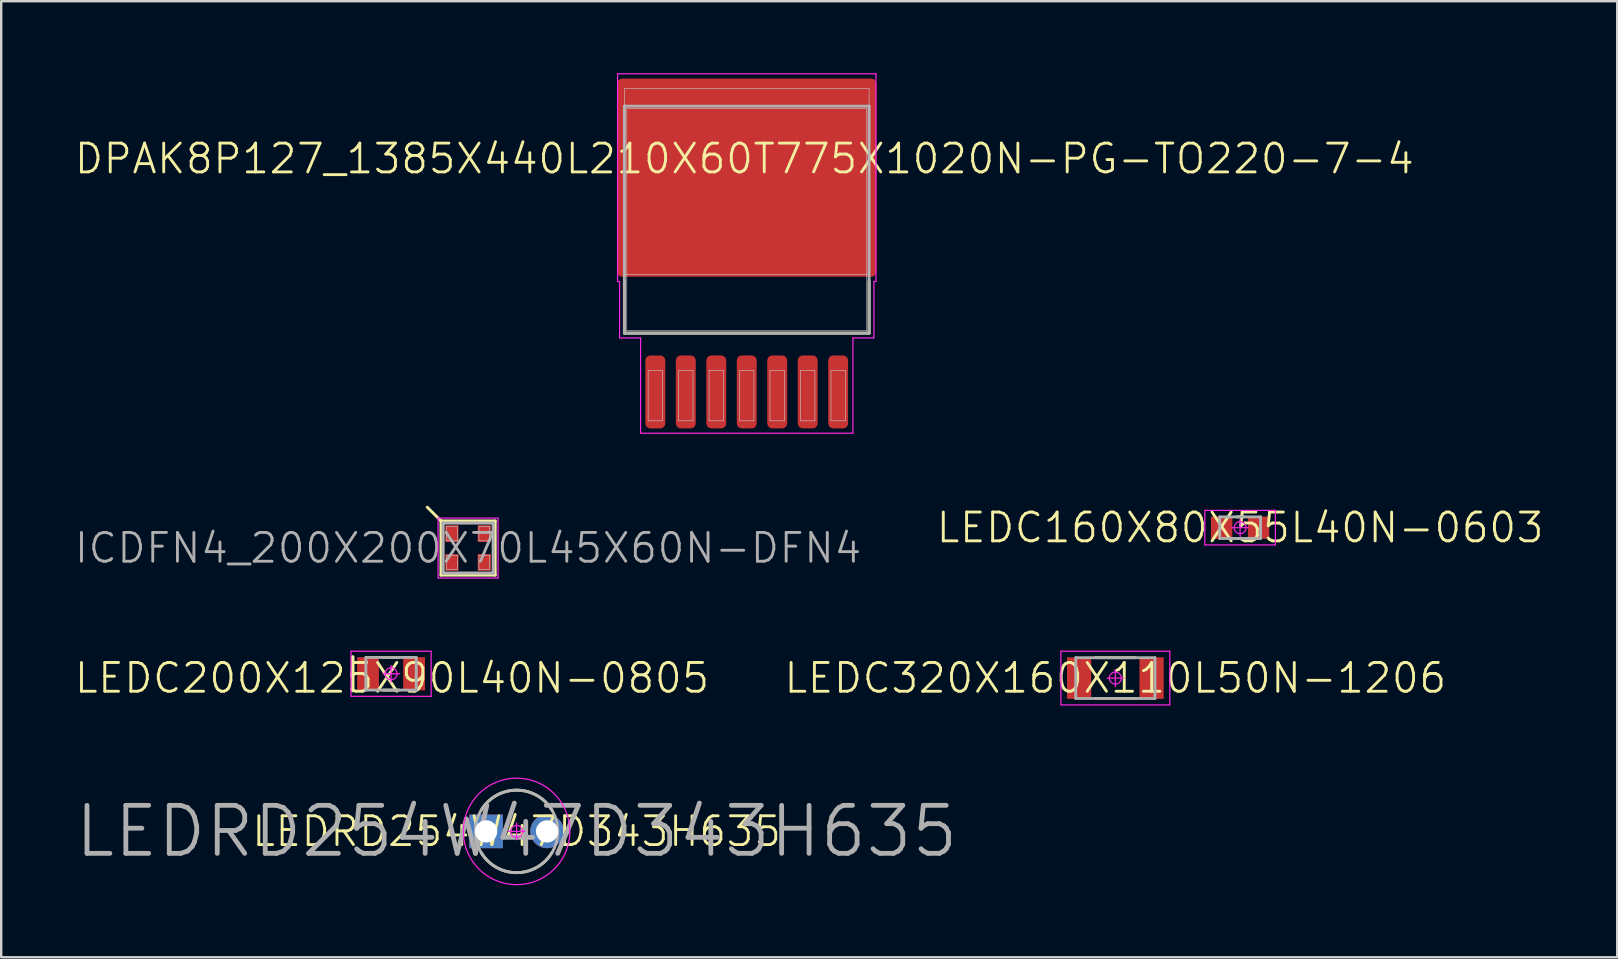
<source format=kicad_pcb>
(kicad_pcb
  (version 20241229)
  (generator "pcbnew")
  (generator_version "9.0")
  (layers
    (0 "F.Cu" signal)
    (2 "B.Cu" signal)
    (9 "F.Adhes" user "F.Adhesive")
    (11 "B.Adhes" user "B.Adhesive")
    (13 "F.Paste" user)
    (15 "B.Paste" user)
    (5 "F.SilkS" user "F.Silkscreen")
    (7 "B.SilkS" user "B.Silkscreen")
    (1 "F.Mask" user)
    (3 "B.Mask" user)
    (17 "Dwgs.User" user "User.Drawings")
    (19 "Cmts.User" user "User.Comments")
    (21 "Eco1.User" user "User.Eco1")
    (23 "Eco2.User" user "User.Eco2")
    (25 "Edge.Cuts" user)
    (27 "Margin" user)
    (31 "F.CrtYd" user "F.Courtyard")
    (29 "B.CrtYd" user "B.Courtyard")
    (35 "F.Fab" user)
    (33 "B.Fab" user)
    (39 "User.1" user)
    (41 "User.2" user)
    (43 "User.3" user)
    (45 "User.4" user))
  (footprint "LEDRD254W47D343H635"
    (layer "F.Cu")
    (at 18.481 31.602)
    (property "Reference" "LEDRD254W47D343H635" (at 0 0 0) (layer "F.SilkS") (effects (font (size 1.2 1.2) (thickness 0.12))))
    (attr through_hole)
    (fp_arc (start -1.474345 -0.885825) (mid -0.000044 -1.719994) (end 1.4743 -0.8859) (stroke (width 0.12) (type solid)) (layer "F.SilkS"))
    (fp_arc (start 1.474345 0.885825) (mid 0.000044 1.719994) (end -1.4743 0.8859) (stroke (width 0.12) (type solid)) (layer "F.SilkS"))
    (fp_line (start -1.545 -0.275) (end -0.995 -0.275) (stroke (width 0.025) (type solid)) (layer "Dwgs.User"))
    (fp_line (start -1.545 0.275) (end -1.545 -0.275) (stroke (width 0.025) (type solid)) (layer "Dwgs.User"))
    (fp_line (start -0.995 -0.275) (end -0.995 0.275) (stroke (width 0.025) (type solid)) (layer "Dwgs.User"))
    (fp_line (start -0.995 0.275) (end -1.545 0.275) (stroke (width 0.025) (type solid)) (layer "Dwgs.User"))
    (fp_line (start 0.995 -0.275) (end 1.545 -0.275) (stroke (width 0.025) (type solid)) (layer "Dwgs.User"))
    (fp_line (start 0.995 0.275) (end 0.995 -0.275) (stroke (width 0.025) (type solid)) (layer "Dwgs.User"))
    (fp_line (start 1.545 -0.275) (end 1.545 0.275) (stroke (width 0.025) (type solid)) (layer "Dwgs.User"))
    (fp_line (start 1.545 0.275) (end 0.995 0.275) (stroke (width 0.025) (type solid)) (layer "Dwgs.User"))
    (fp_circle (center 0 0) (end 0 1.715) (stroke (width 0.025) (type solid)) (fill no) (layer "Dwgs.User"))
    (fp_line (start 0 -0.35) (end 0 0.35) (stroke (width 0.05) (type solid)) (layer "F.CrtYd"))
    (fp_line (start 0.35 0) (end -0.35 0) (stroke (width 0.05) (type solid)) (layer "F.CrtYd"))
    (fp_circle (center 0 0) (end 0 0.25) (stroke (width 0.05) (type solid)) (fill no) (layer "F.CrtYd"))
    (fp_circle (center 0 0) (end 0 2.22) (stroke (width 0.05) (type solid)) (fill no) (layer "F.CrtYd"))
    (fp_circle (center 0 0) (end 0 1.72) (stroke (width 0.12) (type solid)) (fill no) (layer "F.Fab"))
    (fp_text user "${REFERENCE}" (at 0 0 0) (layer "F.Fab") (effects (font (size 2 2) (thickness 0.2))))
    (pad "A" thru_hole circle (at 1.27 0) (size 1.4 1.4) (drill 0.93) (layers "*.Cu" "*.Mask"))
    (pad "C" thru_hole rect (at -1.27 0) (size 1.4 1.4) (drill 0.93) (layers "*.Cu" "*.Mask")))
  (footprint "DPAK8P127_1385X440L210X60T775X1020N-PG-TO220-7-4"
    (layer "F.Cu")
    (at 28.074 7.565)
    (property "Reference" "DPAK8P127_1385X440L210X60T775X1020N-PG-TO220-7-4" (at -0.1 -4 0) (layer "F.SilkS") (effects (font (size 1.2 1.2) (thickness 0.12))))
    (attr smd)
    (fp_line (start -5.1 3.27) (end -5.1 1.1) (stroke (width 0.12) (type solid)) (layer "F.SilkS"))
    (fp_line (start 5.1 1.1) (end 5.1 3.27) (stroke (width 0.12) (type solid)) (layer "F.SilkS"))
    (fp_line (start 5.1 3.27) (end -5.1 3.27) (stroke (width 0.12) (type solid)) (layer "F.SilkS"))
    (fp_line (start -5.1 -6.925) (end 5.1 -6.925) (stroke (width 0.025) (type solid)) (layer "Dwgs.User"))
    (fp_line (start -5.1 0.825) (end -5.1 -6.925) (stroke (width 0.025) (type solid)) (layer "Dwgs.User"))
    (fp_line (start -5 -6.085) (end 5 -6.085) (stroke (width 0.025) (type solid)) (layer "Dwgs.User"))
    (fp_line (start -5 3.165) (end -5 -6.085) (stroke (width 0.025) (type solid)) (layer "Dwgs.User"))
    (fp_line (start -4.11 4.825) (end -3.51 4.825) (stroke (width 0.025) (type solid)) (layer "Dwgs.User"))
    (fp_line (start -4.11 6.925) (end -4.11 4.825) (stroke (width 0.025) (type solid)) (layer "Dwgs.User"))
    (fp_line (start -3.51 4.825) (end -3.51 6.925) (stroke (width 0.025) (type solid)) (layer "Dwgs.User"))
    (fp_line (start -3.51 6.925) (end -4.11 6.925) (stroke (width 0.025) (type solid)) (layer "Dwgs.User"))
    (fp_line (start -2.84 4.825) (end -2.24 4.825) (stroke (width 0.025) (type solid)) (layer "Dwgs.User"))
    (fp_line (start -2.84 6.925) (end -2.84 4.825) (stroke (width 0.025) (type solid)) (layer "Dwgs.User"))
    (fp_line (start -2.24 4.825) (end -2.24 6.925) (stroke (width 0.025) (type solid)) (layer "Dwgs.User"))
    (fp_line (start -2.24 6.925) (end -2.84 6.925) (stroke (width 0.025) (type solid)) (layer "Dwgs.User"))
    (fp_line (start -1.57 4.825) (end -0.97 4.825) (stroke (width 0.025) (type solid)) (layer "Dwgs.User"))
    (fp_line (start -1.57 6.925) (end -1.57 4.825) (stroke (width 0.025) (type solid)) (layer "Dwgs.User"))
    (fp_line (start -0.97 4.825) (end -0.97 6.925) (stroke (width 0.025) (type solid)) (layer "Dwgs.User"))
    (fp_line (start -0.97 6.925) (end -1.57 6.925) (stroke (width 0.025) (type solid)) (layer "Dwgs.User"))
    (fp_line (start -0.3 4.825) (end 0.3 4.825) (stroke (width 0.025) (type solid)) (layer "Dwgs.User"))
    (fp_line (start -0.3 6.925) (end -0.3 4.825) (stroke (width 0.025) (type solid)) (layer "Dwgs.User"))
    (fp_line (start 0.3 4.825) (end 0.3 6.925) (stroke (width 0.025) (type solid)) (layer "Dwgs.User"))
    (fp_line (start 0.3 6.925) (end -0.3 6.925) (stroke (width 0.025) (type solid)) (layer "Dwgs.User"))
    (fp_line (start 0.97 4.825) (end 1.57 4.825) (stroke (width 0.025) (type solid)) (layer "Dwgs.User"))
    (fp_line (start 0.97 6.925) (end 0.97 4.825) (stroke (width 0.025) (type solid)) (layer "Dwgs.User"))
    (fp_line (start 1.57 4.825) (end 1.57 6.925) (stroke (width 0.025) (type solid)) (layer "Dwgs.User"))
    (fp_line (start 1.57 6.925) (end 0.97 6.925) (stroke (width 0.025) (type solid)) (layer "Dwgs.User"))
    (fp_line (start 2.24 4.825) (end 2.84 4.825) (stroke (width 0.025) (type solid)) (layer "Dwgs.User"))
    (fp_line (start 2.24 6.925) (end 2.24 4.825) (stroke (width 0.025) (type solid)) (layer "Dwgs.User"))
    (fp_line (start 2.84 4.825) (end 2.84 6.925) (stroke (width 0.025) (type solid)) (layer "Dwgs.User"))
    (fp_line (start 2.84 6.925) (end 2.24 6.925) (stroke (width 0.025) (type solid)) (layer "Dwgs.User"))
    (fp_line (start 3.51 4.825) (end 4.11 4.825) (stroke (width 0.025) (type solid)) (layer "Dwgs.User"))
    (fp_line (start 3.51 6.925) (end 3.51 4.825) (stroke (width 0.025) (type solid)) (layer "Dwgs.User"))
    (fp_line (start 4.11 4.825) (end 4.11 6.925) (stroke (width 0.025) (type solid)) (layer "Dwgs.User"))
    (fp_line (start 4.11 6.925) (end 3.51 6.925) (stroke (width 0.025) (type solid)) (layer "Dwgs.User"))
    (fp_line (start 5 -6.085) (end 5 3.165) (stroke (width 0.025) (type solid)) (layer "Dwgs.User"))
    (fp_line (start 5 3.165) (end -5 3.165) (stroke (width 0.025) (type solid)) (layer "Dwgs.User"))
    (fp_line (start 5.1 -6.925) (end 5.1 0.825) (stroke (width 0.025) (type solid)) (layer "Dwgs.User"))
    (fp_line (start 5.1 0.825) (end -5.1 0.825) (stroke (width 0.025) (type solid)) (layer "Dwgs.User"))
    (fp_line (start -5.385 -7.54) (end -5.385 1.12) (stroke (width 0.05) (type solid)) (layer "F.CrtYd"))
    (fp_line (start -5.385 1.12) (end -5.3 1.12) (stroke (width 0.05) (type solid)) (layer "F.CrtYd"))
    (fp_line (start -5.3 1.12) (end -5.3 3.47) (stroke (width 0.05) (type solid)) (layer "F.CrtYd"))
    (fp_line (start -5.3 3.47) (end -4.425 3.47) (stroke (width 0.05) (type solid)) (layer "F.CrtYd"))
    (fp_line (start -4.425 3.47) (end -4.425 7.44) (stroke (width 0.05) (type solid)) (layer "F.CrtYd"))
    (fp_line (start -4.425 7.44) (end 4.425 7.44) (stroke (width 0.05) (type solid)) (layer "F.CrtYd"))
    (fp_line (start 4.425 3.47) (end 5.3 3.47) (stroke (width 0.05) (type solid)) (layer "F.CrtYd"))
    (fp_line (start 4.425 7.44) (end 4.425 3.47) (stroke (width 0.05) (type solid)) (layer "F.CrtYd"))
    (fp_line (start 5.3 1.12) (end 5.385 1.12) (stroke (width 0.05) (type solid)) (layer "F.CrtYd"))
    (fp_line (start 5.3 3.47) (end 5.3 1.12) (stroke (width 0.05) (type solid)) (layer "F.CrtYd"))
    (fp_line (start 5.385 -7.54) (end -5.385 -7.54) (stroke (width 0.05) (type solid)) (layer "F.CrtYd"))
    (fp_line (start 5.385 1.12) (end 5.385 -7.54) (stroke (width 0.05) (type solid)) (layer "F.CrtYd"))
    (fp_line (start -5.1 -6.19) (end 5.1 -6.19) (stroke (width 0.12) (type solid)) (layer "F.Fab"))
    (fp_line (start -5.1 3.27) (end -5.1 -6.19) (stroke (width 0.12) (type solid)) (layer "F.Fab"))
    (fp_line (start 5.1 -6.19) (end 5.1 3.27) (stroke (width 0.12) (type solid)) (layer "F.Fab"))
    (fp_line (start 5.1 3.27) (end -5.1 3.27) (stroke (width 0.12) (type solid)) (layer "F.Fab"))
    (pad "" smd roundrect (at -4.325 -6.315 90) (size 1.46 1.33) (layers "F.Paste") (roundrect_rratio 0.25))
    (pad "" smd roundrect (at -4.325 -4.245 90) (size 1.46 1.33) (layers "F.Paste") (roundrect_rratio 0.25))
    (pad "" smd roundrect (at -4.325 -2.175 90) (size 1.46 1.33) (layers "F.Paste") (roundrect_rratio 0.25))
    (pad "" smd roundrect (at -4.325 -0.105 90) (size 1.46 1.33) (layers "F.Paste") (roundrect_rratio 0.25))
    (pad "" smd roundrect (at -2.595 -6.315 90) (size 1.46 1.33) (layers "F.Paste") (roundrect_rratio 0.25))
    (pad "" smd roundrect (at -2.595 -4.245 90) (size 1.46 1.33) (layers "F.Paste") (roundrect_rratio 0.25))
    (pad "" smd roundrect (at -2.595 -2.175 90) (size 1.46 1.33) (layers "F.Paste") (roundrect_rratio 0.25))
    (pad "" smd roundrect (at -2.595 -0.105 90) (size 1.46 1.33) (layers "F.Paste") (roundrect_rratio 0.25))
    (pad "" smd roundrect (at -0.865 -6.315 90) (size 1.46 1.33) (layers "F.Paste") (roundrect_rratio 0.25))
    (pad "" smd roundrect (at -0.865 -4.245 90) (size 1.46 1.33) (layers "F.Paste") (roundrect_rratio 0.25))
    (pad "" smd roundrect (at -0.865 -2.175 90) (size 1.46 1.33) (layers "F.Paste") (roundrect_rratio 0.25))
    (pad "" smd roundrect (at -0.865 -0.105 90) (size 1.46 1.33) (layers "F.Paste") (roundrect_rratio 0.25))
    (pad "" smd roundrect (at 0.865 -6.315 90) (size 1.46 1.33) (layers "F.Paste") (roundrect_rratio 0.25))
    (pad "" smd roundrect (at 0.865 -4.245 90) (size 1.46 1.33) (layers "F.Paste") (roundrect_rratio 0.25))
    (pad "" smd roundrect (at 0.865 -2.175 90) (size 1.46 1.33) (layers "F.Paste") (roundrect_rratio 0.25))
    (pad "" smd roundrect (at 0.865 -0.105 90) (size 1.46 1.33) (layers "F.Paste") (roundrect_rratio 0.25))
    (pad "" smd roundrect (at 2.595 -6.315 90) (size 1.46 1.33) (layers "F.Paste") (roundrect_rratio 0.25))
    (pad "" smd roundrect (at 2.595 -4.245 90) (size 1.46 1.33) (layers "F.Paste") (roundrect_rratio 0.25))
    (pad "" smd roundrect (at 2.595 -2.175 90) (size 1.46 1.33) (layers "F.Paste") (roundrect_rratio 0.25))
    (pad "" smd roundrect (at 2.595 -0.105 90) (size 1.46 1.33) (layers "F.Paste") (roundrect_rratio 0.25))
    (pad "" smd roundrect (at 4.325 -6.315 90) (size 1.46 1.33) (layers "F.Paste") (roundrect_rratio 0.25))
    (pad "" smd roundrect (at 4.325 -4.245 90) (size 1.46 1.33) (layers "F.Paste") (roundrect_rratio 0.25))
    (pad "" smd roundrect (at 4.325 -2.175 90) (size 1.46 1.33) (layers "F.Paste") (roundrect_rratio 0.25))
    (pad "" smd roundrect (at 4.325 -0.105 90) (size 1.46 1.33) (layers "F.Paste") (roundrect_rratio 0.25))
    (pad "1" smd roundrect (at -3.81 5.72 90) (size 3.04 0.83) (layers "F.Cu" "F.Mask" "F.Paste") (roundrect_rratio 0.253))
    (pad "2" smd roundrect (at -2.54 5.72 90) (size 3.04 0.83) (layers "F.Cu" "F.Mask" "F.Paste") (roundrect_rratio 0.253))
    (pad "3" smd roundrect (at -1.27 5.72 90) (size 3.04 0.83) (layers "F.Cu" "F.Mask" "F.Paste") (roundrect_rratio 0.253))
    (pad "4" smd roundrect (at 0 5.72 90) (size 3.04 0.83) (layers "F.Cu" "F.Mask" "F.Paste") (roundrect_rratio 0.253))
    (pad "5" smd roundrect (at 1.27 5.72 90) (size 3.04 0.83) (layers "F.Cu" "F.Mask" "F.Paste") (roundrect_rratio 0.253))
    (pad "6" smd roundrect (at 2.54 5.72 90) (size 3.04 0.83) (layers "F.Cu" "F.Mask" "F.Paste") (roundrect_rratio 0.253))
    (pad "7" smd roundrect (at 3.81 5.72 90) (size 3.04 0.83) (layers "F.Cu" "F.Mask" "F.Paste") (roundrect_rratio 0.253))
    (pad "8" smd roundrect (at 0 -3.21 90) (size 8.26 10.8) (layers "F.Cu" "F.Mask") (roundrect_rratio 0.025)))
  (footprint "LEDC160X80X55L40N-0603"
    (layer "F.Cu")
    (at 48.637 18.943)
    (property "Reference" "LEDC160X80X55L40N-0603" (at 0 0 0) (layer "F.SilkS") (effects (font (size 1.2 1.2) (thickness 0.12))))
    (attr smd)
    (fp_line (start -0.146 -0.45) (end 0.146 -0.45) (stroke (width 0.12) (type solid)) (layer "F.SilkS"))
    (fp_line (start -0.146 0.45) (end 0.146 0.45) (stroke (width 0.12) (type solid)) (layer "F.SilkS"))
    (fp_line (start -1.47 -0.72) (end 1.47 -0.72) (stroke (width 0.05) (type solid)) (layer "F.CrtYd"))
    (fp_line (start -1.47 0.72) (end -1.47 -0.72) (stroke (width 0.05) (type solid)) (layer "F.CrtYd"))
    (fp_line (start 0 -0.35) (end 0 0.35) (stroke (width 0.05) (type solid)) (layer "F.CrtYd"))
    (fp_line (start 0.35 0) (end -0.35 0) (stroke (width 0.05) (type solid)) (layer "F.CrtYd"))
    (fp_line (start 1.47 -0.72) (end 1.47 0.72) (stroke (width 0.05) (type solid)) (layer "F.CrtYd"))
    (fp_line (start 1.47 0.72) (end -1.47 0.72) (stroke (width 0.05) (type solid)) (layer "F.CrtYd"))
    (fp_circle (center 0 0) (end 0 0.25) (stroke (width 0.05) (type solid)) (fill no) (layer "F.CrtYd"))
    (fp_line (start -0.85 -0.45) (end 0.85 -0.45) (stroke (width 0.12) (type solid)) (layer "F.Fab"))
    (fp_line (start -0.85 0.45) (end -0.85 -0.45) (stroke (width 0.12) (type solid)) (layer "F.Fab"))
    (fp_line (start 0.85 -0.45) (end 0.85 0.45) (stroke (width 0.12) (type solid)) (layer "F.Fab"))
    (fp_line (start 0.85 0.45) (end -0.85 0.45) (stroke (width 0.12) (type solid)) (layer "F.Fab"))
    (pad "A" smd rect (at 0.77 0) (size 0.89 0.93) (layers "F.Cu" "F.Mask" "F.Paste"))
    (pad "C" smd rect (at -0.77 0) (size 0.89 0.93) (layers "F.Cu" "F.Mask" "F.Paste")))
  (footprint "LEDC200X125X90L40N-0805"
    (layer "F.Cu")
    (at 13.249 25.032)
    (property "Reference" "LEDC200X125X90L40N-0805" (at 0.04 0.18 0) (layer "F.SilkS") (effects (font (size 1.2 1.2) (thickness 0.12))))
    (attr smd)
    (fp_line (start -1.6 -0.7) (end -1.6 0.7) (stroke (width 0.15) (type solid)) (layer "F.SilkS"))
    (fp_line (start -0.329 -0.68) (end 0.329 -0.68) (stroke (width 0.12) (type solid)) (layer "F.SilkS"))
    (fp_line (start -0.329 0.68) (end 0.329 0.68) (stroke (width 0.12) (type solid)) (layer "F.SilkS"))
    (fp_line (start -1.67 -0.94) (end 1.67 -0.94) (stroke (width 0.05) (type solid)) (layer "F.CrtYd"))
    (fp_line (start -1.67 0.94) (end -1.67 -0.94) (stroke (width 0.05) (type solid)) (layer "F.CrtYd"))
    (fp_line (start 0 -0.35) (end 0 0.35) (stroke (width 0.05) (type solid)) (layer "F.CrtYd"))
    (fp_line (start 0.35 0) (end -0.35 0) (stroke (width 0.05) (type solid)) (layer "F.CrtYd"))
    (fp_line (start 1.67 -0.94) (end 1.67 0.94) (stroke (width 0.05) (type solid)) (layer "F.CrtYd"))
    (fp_line (start 1.67 0.94) (end -1.67 0.94) (stroke (width 0.05) (type solid)) (layer "F.CrtYd"))
    (fp_circle (center 0 0) (end 0 0.25) (stroke (width 0.05) (type solid)) (fill no) (layer "F.CrtYd"))
    (fp_line (start -1.05 -0.68) (end 1.05 -0.68) (stroke (width 0.12) (type solid)) (layer "F.Fab"))
    (fp_line (start -1.05 0.68) (end -1.05 -0.68) (stroke (width 0.12) (type solid)) (layer "F.Fab"))
    (fp_line (start 1.05 -0.68) (end 1.05 0.68) (stroke (width 0.12) (type solid)) (layer "F.Fab"))
    (fp_line (start 1.05 0.68) (end -1.05 0.68) (stroke (width 0.12) (type solid)) (layer "F.Fab"))
    (pad "1" smd rect (at -0.96 0) (size 0.91 1.38) (layers "F.Cu" "F.Mask" "F.Paste"))
    (pad "2" smd rect (at 0.96 0) (size 0.91 1.38) (layers "F.Cu" "F.Mask" "F.Paste")))
  (footprint "ICDFN4_200X200X70L45X60N-DFN4"
    (layer "F.Cu")
    (at 16.46 19.792)
    (property "Reference" "ICDFN4_200X200X70L45X60N-DFN4" (at 0 0 0) (layer "F.Fab") (effects (font (size 1.2 1.2) (thickness 0.12))))
    (attr smd)
    (fp_line (start -1.143 -1.143) (end -1.702 -1.702) (stroke (width 0.12) (type solid)) (layer "F.SilkS"))
    (fp_line (start -1.13 -1.13) (end 1.13 -1.13) (stroke (width 0.12) (type solid)) (layer "F.SilkS"))
    (fp_line (start -1.13 1.13) (end -1.13 -1.13) (stroke (width 0.12) (type solid)) (layer "F.SilkS"))
    (fp_line (start 1.13 -1.13) (end 1.13 1.13) (stroke (width 0.12) (type solid)) (layer "F.SilkS"))
    (fp_line (start 1.13 1.13) (end -1.13 1.13) (stroke (width 0.12) (type solid)) (layer "F.SilkS"))
    (fp_line (start -1 -1) (end 1 -1) (stroke (width 0.025) (type solid)) (layer "Dwgs.User"))
    (fp_line (start -1 1) (end -1 -1) (stroke (width 0.025) (type solid)) (layer "Dwgs.User"))
    (fp_line (start -0.9 -0.9) (end -0.45 -0.9) (stroke (width 0.025) (type solid)) (layer "Dwgs.User"))
    (fp_line (start -0.9 -0.3) (end -0.9 -0.9) (stroke (width 0.025) (type solid)) (layer "Dwgs.User"))
    (fp_line (start -0.9 0.3) (end -0.45 0.3) (stroke (width 0.025) (type solid)) (layer "Dwgs.User"))
    (fp_line (start -0.9 0.9) (end -0.9 0.3) (stroke (width 0.025) (type solid)) (layer "Dwgs.User"))
    (fp_line (start -0.45 -0.9) (end -0.45 -0.3) (stroke (width 0.025) (type solid)) (layer "Dwgs.User"))
    (fp_line (start -0.45 -0.3) (end -0.9 -0.3) (stroke (width 0.025) (type solid)) (layer "Dwgs.User"))
    (fp_line (start -0.45 0.3) (end -0.45 0.9) (stroke (width 0.025) (type solid)) (layer "Dwgs.User"))
    (fp_line (start -0.45 0.9) (end -0.9 0.9) (stroke (width 0.025) (type solid)) (layer "Dwgs.User"))
    (fp_line (start 0.45 -0.9) (end 0.9 -0.9) (stroke (width 0.025) (type solid)) (layer "Dwgs.User"))
    (fp_line (start 0.45 -0.3) (end 0.45 -0.9) (stroke (width 0.025) (type solid)) (layer "Dwgs.User"))
    (fp_line (start 0.45 0.3) (end 0.9 0.3) (stroke (width 0.025) (type solid)) (layer "Dwgs.User"))
    (fp_line (start 0.45 0.9) (end 0.45 0.3) (stroke (width 0.025) (type solid)) (layer "Dwgs.User"))
    (fp_line (start 0.9 -0.9) (end 0.9 -0.3) (stroke (width 0.025) (type solid)) (layer "Dwgs.User"))
    (fp_line (start 0.9 -0.3) (end 0.45 -0.3) (stroke (width 0.025) (type solid)) (layer "Dwgs.User"))
    (fp_line (start 0.9 0.3) (end 0.9 0.9) (stroke (width 0.025) (type solid)) (layer "Dwgs.User"))
    (fp_line (start 0.9 0.9) (end 0.45 0.9) (stroke (width 0.025) (type solid)) (layer "Dwgs.User"))
    (fp_line (start 1 -1) (end 1 1) (stroke (width 0.025) (type solid)) (layer "Dwgs.User"))
    (fp_line (start 1 1) (end -1 1) (stroke (width 0.025) (type solid)) (layer "Dwgs.User"))
    (fp_line (start -1.25 -1.25) (end 1.25 -1.25) (stroke (width 0.05) (type solid)) (layer "F.CrtYd"))
    (fp_line (start -1.25 1.25) (end -1.25 -1.25) (stroke (width 0.05) (type solid)) (layer "F.CrtYd"))
    (fp_line (start 1.25 -1.25) (end 1.25 1.25) (stroke (width 0.05) (type solid)) (layer "F.CrtYd"))
    (fp_line (start 1.25 1.25) (end -1.25 1.25) (stroke (width 0.05) (type solid)) (layer "F.CrtYd"))
    (fp_line (start -1.05 -1.05) (end 1.05 -1.05) (stroke (width 0.12) (type solid)) (layer "F.Fab"))
    (fp_line (start -1.05 1.05) (end -1.05 -1.05) (stroke (width 0.12) (type solid)) (layer "F.Fab"))
    (fp_line (start 1.05 -1.05) (end 1.05 1.05) (stroke (width 0.12) (type solid)) (layer "F.Fab"))
    (fp_line (start 1.05 1.05) (end -1.05 1.05) (stroke (width 0.12) (type solid)) (layer "F.Fab"))
    (pad "1" smd rect (at -0.675 -0.6) (size 0.55 0.7) (layers "F.Cu" "F.Mask" "F.Paste"))
    (pad "2" smd rect (at -0.675 0.6) (size 0.55 0.7) (layers "F.Cu" "F.Mask" "F.Paste"))
    (pad "3" smd rect (at 0.675 0.6) (size 0.55 0.7) (layers "F.Cu" "F.Mask" "F.Paste"))
    (pad "4" smd rect (at 0.675 -0.6) (size 0.55 0.7) (layers "F.Cu" "F.Mask" "F.Paste")))
  (footprint "LEDC320X160X110L50N-1206"
    (layer "F.Cu")
    (at 43.437 25.212)
    (property "Reference" "LEDC320X160X110L50N-1206" (at 0 0 0) (layer "F.SilkS") (effects (font (size 1.2 1.2) (thickness 0.12))))
    (attr smd)
    (fp_line (start -0.831 -0.85) (end 0.831 -0.85) (stroke (width 0.12) (type solid)) (layer "F.SilkS"))
    (fp_line (start -0.831 0.85) (end 0.831 0.85) (stroke (width 0.12) (type solid)) (layer "F.SilkS"))
    (fp_line (start -2.27 -1.12) (end 2.27 -1.12) (stroke (width 0.05) (type solid)) (layer "F.CrtYd"))
    (fp_line (start -2.27 1.12) (end -2.27 -1.12) (stroke (width 0.05) (type solid)) (layer "F.CrtYd"))
    (fp_line (start 0 -0.35) (end 0 0.35) (stroke (width 0.05) (type solid)) (layer "F.CrtYd"))
    (fp_line (start 0.35 0) (end -0.35 0) (stroke (width 0.05) (type solid)) (layer "F.CrtYd"))
    (fp_line (start 2.27 -1.12) (end 2.27 1.12) (stroke (width 0.05) (type solid)) (layer "F.CrtYd"))
    (fp_line (start 2.27 1.12) (end -2.27 1.12) (stroke (width 0.05) (type solid)) (layer "F.CrtYd"))
    (fp_circle (center 0 0) (end 0 0.25) (stroke (width 0.05) (type solid)) (fill no) (layer "F.CrtYd"))
    (fp_line (start -1.65 -0.85) (end 1.65 -0.85) (stroke (width 0.12) (type solid)) (layer "F.Fab"))
    (fp_line (start -1.65 0.85) (end -1.65 -0.85) (stroke (width 0.12) (type solid)) (layer "F.Fab"))
    (fp_line (start 1.65 -0.85) (end 1.65 0.85) (stroke (width 0.12) (type solid)) (layer "F.Fab"))
    (fp_line (start 1.65 0.85) (end -1.65 0.85) (stroke (width 0.12) (type solid)) (layer "F.Fab"))
    (pad "A" smd rect (at 1.51 0) (size 1.01 1.73) (layers "F.Cu" "F.Mask" "F.Paste"))
    (pad "C" smd rect (at -1.51 0) (size 1.01 1.73) (layers "F.Cu" "F.Mask" "F.Paste")))
  (gr_rect
    (start -3 -3)
    (end 64.354 36.847)
    (stroke (width 0.1) (type default))
    (fill no)
    (layer "Edge.Cuts")))
</source>
